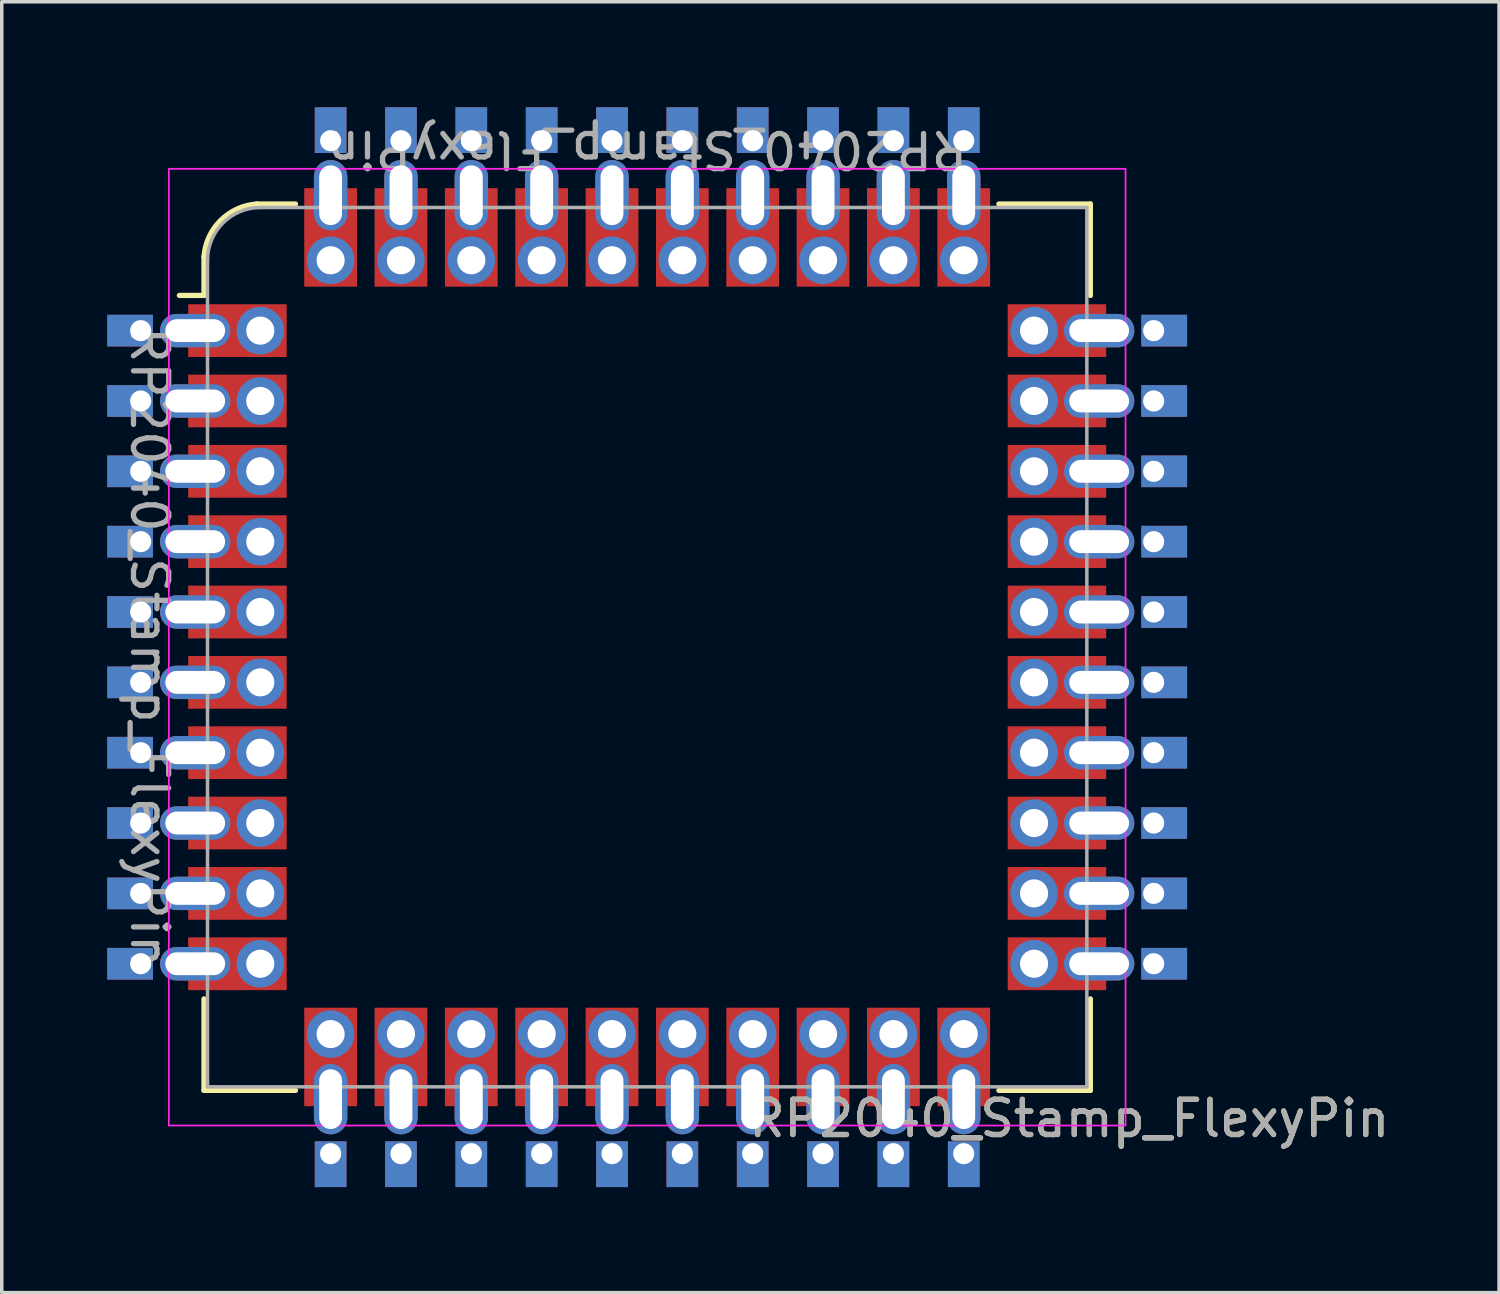
<source format=kicad_pcb>
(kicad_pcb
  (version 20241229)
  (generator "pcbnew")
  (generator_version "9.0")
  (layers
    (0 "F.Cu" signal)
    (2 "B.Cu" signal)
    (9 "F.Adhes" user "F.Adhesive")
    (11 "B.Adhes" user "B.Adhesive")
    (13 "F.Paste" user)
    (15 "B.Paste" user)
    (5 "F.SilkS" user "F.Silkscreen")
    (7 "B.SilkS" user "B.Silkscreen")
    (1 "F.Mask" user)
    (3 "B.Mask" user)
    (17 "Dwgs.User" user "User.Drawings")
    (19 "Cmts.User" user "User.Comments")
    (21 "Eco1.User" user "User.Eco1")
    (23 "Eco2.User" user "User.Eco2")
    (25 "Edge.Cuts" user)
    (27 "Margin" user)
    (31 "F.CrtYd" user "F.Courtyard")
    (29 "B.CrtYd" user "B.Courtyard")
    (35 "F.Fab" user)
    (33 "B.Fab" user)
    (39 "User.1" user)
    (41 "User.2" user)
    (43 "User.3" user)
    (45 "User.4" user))
  (footprint "RP2040_Stamp_FlexyPin"
    (layer "F.Cu")
    (at 15.35 15.35)
    (property "Reference" "RP2040_Stamp_FlexyPin" (at 12 13.4 0) (unlocked yes) (layer "F.SilkS") (effects (font (size 1 1) (thickness 0.15))))
    (property "Value" "RP2040_Stamp_FlexyPin" (at 0 14.15 0) (unlocked yes) (layer "F.Fab") (hide yes) (effects (font (size 1 1) (thickness 0.15))))
    (attr through_hole)
    (fp_line (start -12.6 -10) (end -13.3 -10) (stroke (width 0.15) (type solid)) (layer "F.SilkS"))
    (fp_line (start -12.6 -10) (end -12.6 -11.1) (stroke (width 0.15) (type solid)) (layer "F.SilkS"))
    (fp_line (start -12.6 12.6) (end -12.6 10) (stroke (width 0.15) (type solid)) (layer "F.SilkS"))
    (fp_line (start -11.1 -12.6) (end -10 -12.6) (stroke (width 0.15) (type solid)) (layer "F.SilkS"))
    (fp_line (start -10 12.6) (end -12.6 12.6) (stroke (width 0.15) (type solid)) (layer "F.SilkS"))
    (fp_line (start 10 -12.6) (end 12.6 -12.6) (stroke (width 0.15) (type solid)) (layer "F.SilkS"))
    (fp_line (start 12.6 -12.6) (end 12.6 -10) (stroke (width 0.15) (type solid)) (layer "F.SilkS"))
    (fp_line (start 12.6 10) (end 12.6 12.6) (stroke (width 0.15) (type solid)) (layer "F.SilkS"))
    (fp_line (start 12.6 12.6) (end 10 12.6) (stroke (width 0.15) (type solid)) (layer "F.SilkS"))
    (fp_arc (start -12.6 -11.1) (mid -12.129432 -12.129432) (end -11.1 -12.6) (stroke (width 0.15) (type solid)) (layer "F.SilkS"))
    (fp_rect (start -13.6 -13.6) (end 13.6 13.6) (stroke (width 0.05) (type solid)) (fill no) (layer "F.CrtYd"))
    (fp_line (start -12.5 12.5) (end -12.5 -11) (stroke (width 0.1) (type solid)) (layer "F.Fab"))
    (fp_line (start -11 -12.5) (end 12.5 -12.5) (stroke (width 0.1) (type solid)) (layer "F.Fab"))
    (fp_line (start 12.5 -12.5) (end 12.5 12.5) (stroke (width 0.1) (type solid)) (layer "F.Fab"))
    (fp_line (start 12.5 12.5) (end -12.5 12.5) (stroke (width 0.1) (type solid)) (layer "F.Fab"))
    (fp_arc (start -12.500003 -11.000003) (mid -12.060661 -12.060662) (end -11 -12.5) (stroke (width 0.1) (type solid)) (layer "F.Fab"))
    (fp_text user "${REFERENCE}" (at 12 13.4 0) (unlocked yes) (layer "F.Fab") (effects (font (size 1 1) (thickness 0.15))))
    (fp_text user "${VALUE}" (at -14.15 0 270) (unlocked yes) (layer "F.Fab") (effects (font (size 1 1) (thickness 0.15))))
    (fp_text user "${VALUE}" (at 0 -14.15 180) (unlocked yes) (layer "F.Fab") (effects (font (size 1 1) (thickness 0.15))))
    (pad "1" thru_hole rect (at -14.4 -9) (size 1.3 0.9) (drill 0.6 (offset -0.3 0)) (layers "*.Cu" "*.Mask"))
    (pad "1" thru_hole oval (at -12.85 -9 180) (size 2 0.95) (drill oval 1.7 0.65) (layers "*.Cu" "*.Mask"))
    (pad "1" smd rect (at -11.65 -9) (size 2.8 1.5) (layers "F.Cu" "F.Mask" "F.Paste"))
    (pad "1" thru_hole circle (at -11 -9) (size 1.35 1.35) (drill 0.8) (layers "*.Cu" "*.Mask"))
    (pad "2" thru_hole rect (at -14.4 -7) (size 1.3 0.9) (drill 0.6 (offset -0.3 0)) (layers "*.Cu" "*.Mask"))
    (pad "2" thru_hole oval (at -12.85 -7 180) (size 2 0.95) (drill oval 1.7 0.65) (layers "*.Cu" "*.Mask"))
    (pad "2" smd rect (at -11.65 -7) (size 2.8 1.5) (layers "F.Cu" "F.Mask" "F.Paste"))
    (pad "2" thru_hole oval (at -11 -7) (size 1.35 1.35) (drill 0.8) (layers "*.Cu" "*.Mask"))
    (pad "3" thru_hole rect (at -14.4 -5) (size 1.3 0.9) (drill 0.6 (offset -0.3 0)) (layers "*.Cu" "*.Mask"))
    (pad "3" thru_hole oval (at -12.85 -5 180) (size 2 0.95) (drill oval 1.7 0.65) (layers "*.Cu" "*.Mask"))
    (pad "3" smd rect (at -11.65 -5) (size 2.8 1.5) (layers "F.Cu" "F.Mask" "F.Paste"))
    (pad "3" thru_hole oval (at -11 -5) (size 1.35 1.35) (drill 0.8) (layers "*.Cu" "*.Mask"))
    (pad "4" thru_hole rect (at -14.4 -3) (size 1.3 0.9) (drill 0.6 (offset -0.3 0)) (layers "*.Cu" "*.Mask"))
    (pad "4" thru_hole oval (at -12.85 -3 180) (size 2 0.95) (drill oval 1.7 0.65) (layers "*.Cu" "*.Mask"))
    (pad "4" smd rect (at -11.65 -3) (size 2.8 1.5) (layers "F.Cu" "F.Mask" "F.Paste"))
    (pad "4" thru_hole oval (at -11 -3) (size 1.35 1.35) (drill 0.8) (layers "*.Cu" "*.Mask"))
    (pad "5" thru_hole rect (at -14.4 -1) (size 1.3 0.9) (drill 0.6 (offset -0.3 0)) (layers "*.Cu" "*.Mask"))
    (pad "5" thru_hole oval (at -12.85 -1 180) (size 2 0.95) (drill oval 1.7 0.65) (layers "*.Cu" "*.Mask"))
    (pad "5" smd rect (at -11.65 -1) (size 2.8 1.5) (layers "F.Cu" "F.Mask" "F.Paste"))
    (pad "5" thru_hole oval (at -11 -1) (size 1.35 1.35) (drill 0.8) (layers "*.Cu" "*.Mask"))
    (pad "6" thru_hole rect (at -14.4 1) (size 1.3 0.9) (drill 0.6 (offset -0.3 0)) (layers "*.Cu" "*.Mask"))
    (pad "6" thru_hole oval (at -12.85 1 180) (size 2 0.95) (drill oval 1.7 0.65) (layers "*.Cu" "*.Mask"))
    (pad "6" smd rect (at -11.65 1) (size 2.8 1.5) (layers "F.Cu" "F.Mask" "F.Paste"))
    (pad "6" thru_hole oval (at -11 1) (size 1.35 1.35) (drill 0.8) (layers "*.Cu" "*.Mask"))
    (pad "7" thru_hole rect (at -14.4 3) (size 1.3 0.9) (drill 0.6 (offset -0.3 0)) (layers "*.Cu" "*.Mask"))
    (pad "7" thru_hole oval (at -12.85 3 180) (size 2 0.95) (drill oval 1.7 0.65) (layers "*.Cu" "*.Mask"))
    (pad "7" smd rect (at -11.65 3) (size 2.8 1.5) (layers "F.Cu" "F.Mask" "F.Paste"))
    (pad "7" thru_hole oval (at -11 3) (size 1.35 1.35) (drill 0.8) (layers "*.Cu" "*.Mask"))
    (pad "8" thru_hole rect (at -14.4 5) (size 1.3 0.9) (drill 0.6 (offset -0.3 0)) (layers "*.Cu" "*.Mask"))
    (pad "8" thru_hole oval (at -12.85 5 180) (size 2 0.95) (drill oval 1.7 0.65) (layers "*.Cu" "*.Mask"))
    (pad "8" smd rect (at -11.65 5) (size 2.8 1.5) (layers "F.Cu" "F.Mask" "F.Paste"))
    (pad "8" thru_hole oval (at -11 5) (size 1.35 1.35) (drill 0.8) (layers "*.Cu" "*.Mask"))
    (pad "9" thru_hole rect (at -14.4 7) (size 1.3 0.9) (drill 0.6 (offset -0.3 0)) (layers "*.Cu" "*.Mask"))
    (pad "9" thru_hole oval (at -12.85 7 180) (size 2 0.95) (drill oval 1.7 0.65) (layers "*.Cu" "*.Mask"))
    (pad "9" smd rect (at -11.65 7) (size 2.8 1.5) (layers "F.Cu" "F.Mask" "F.Paste"))
    (pad "9" thru_hole oval (at -11 7) (size 1.35 1.35) (drill 0.8) (layers "*.Cu" "*.Mask"))
    (pad "10" thru_hole rect (at -14.4 9) (size 1.3 0.9) (drill 0.6 (offset -0.3 0)) (layers "*.Cu" "*.Mask"))
    (pad "10" thru_hole oval (at -12.85 9 180) (size 2 0.95) (drill oval 1.7 0.65) (layers "*.Cu" "*.Mask"))
    (pad "10" smd rect (at -11.65 9) (size 2.8 1.5) (layers "F.Cu" "F.Mask" "F.Paste"))
    (pad "10" thru_hole oval (at -11 9) (size 1.35 1.35) (drill 0.8) (layers "*.Cu" "*.Mask"))
    (pad "11" thru_hole oval (at -9 11) (size 1.35 1.35) (drill 0.8) (layers "*.Cu" "*.Mask"))
    (pad "11" smd rect (at -9 11.65 270) (size 2.8 1.5) (layers "F.Cu" "F.Mask" "F.Paste"))
    (pad "11" thru_hole oval (at -9 12.85 270) (size 2 0.95) (drill oval 1.7 0.65) (layers "*.Cu" "*.Mask"))
    (pad "11" thru_hole rect (at -9 14.4 90) (size 1.3 0.9) (drill 0.6 (offset -0.3 0)) (layers "*.Cu" "*.Mask"))
    (pad "12" thru_hole oval (at -7 11) (size 1.35 1.35) (drill 0.8) (layers "*.Cu" "*.Mask"))
    (pad "12" smd rect (at -7 11.65 270) (size 2.8 1.5) (layers "F.Cu" "F.Mask" "F.Paste"))
    (pad "12" thru_hole oval (at -7 12.85 270) (size 2 0.95) (drill oval 1.7 0.65) (layers "*.Cu" "*.Mask"))
    (pad "12" thru_hole rect (at -7 14.4 90) (size 1.3 0.9) (drill 0.6 (offset -0.3 0)) (layers "*.Cu" "*.Mask"))
    (pad "13" thru_hole oval (at -5 11) (size 1.35 1.35) (drill 0.8) (layers "*.Cu" "*.Mask"))
    (pad "13" smd rect (at -5 11.65 270) (size 2.8 1.5) (layers "F.Cu" "F.Mask" "F.Paste"))
    (pad "13" thru_hole oval (at -5 12.85 270) (size 2 0.95) (drill oval 1.7 0.65) (layers "*.Cu" "*.Mask"))
    (pad "13" thru_hole rect (at -5 14.4 90) (size 1.3 0.9) (drill 0.6 (offset -0.3 0)) (layers "*.Cu" "*.Mask"))
    (pad "14" thru_hole oval (at -3 11) (size 1.35 1.35) (drill 0.8) (layers "*.Cu" "*.Mask"))
    (pad "14" smd rect (at -3 11.65 270) (size 2.8 1.5) (layers "F.Cu" "F.Mask" "F.Paste"))
    (pad "14" thru_hole oval (at -3 12.85 270) (size 2 0.95) (drill oval 1.7 0.65) (layers "*.Cu" "*.Mask"))
    (pad "14" thru_hole rect (at -3 14.4 90) (size 1.3 0.9) (drill 0.6 (offset -0.3 0)) (layers "*.Cu" "*.Mask"))
    (pad "15" thru_hole oval (at -1 11) (size 1.35 1.35) (drill 0.8) (layers "*.Cu" "*.Mask"))
    (pad "15" smd rect (at -1 11.65 270) (size 2.8 1.5) (layers "F.Cu" "F.Mask" "F.Paste"))
    (pad "15" thru_hole oval (at -1 12.85 270) (size 2 0.95) (drill oval 1.7 0.65) (layers "*.Cu" "*.Mask"))
    (pad "15" thru_hole rect (at -1 14.4 90) (size 1.3 0.9) (drill 0.6 (offset -0.3 0)) (layers "*.Cu" "*.Mask"))
    (pad "16" thru_hole oval (at 1 11) (size 1.35 1.35) (drill 0.8) (layers "*.Cu" "*.Mask"))
    (pad "16" smd rect (at 1 11.65 270) (size 2.8 1.5) (layers "F.Cu" "F.Mask" "F.Paste"))
    (pad "16" thru_hole oval (at 1 12.85 270) (size 2 0.95) (drill oval 1.7 0.65) (layers "*.Cu" "*.Mask"))
    (pad "16" thru_hole rect (at 1 14.4 90) (size 1.3 0.9) (drill 0.6 (offset -0.3 0)) (layers "*.Cu" "*.Mask"))
    (pad "17" thru_hole oval (at 3 11) (size 1.35 1.35) (drill 0.8) (layers "*.Cu" "*.Mask"))
    (pad "17" smd rect (at 3 11.65 270) (size 2.8 1.5) (layers "F.Cu" "F.Mask" "F.Paste"))
    (pad "17" thru_hole oval (at 3 12.85 270) (size 2 0.95) (drill oval 1.7 0.65) (layers "*.Cu" "*.Mask"))
    (pad "17" thru_hole rect (at 3 14.4 90) (size 1.3 0.9) (drill 0.6 (offset -0.3 0)) (layers "*.Cu" "*.Mask"))
    (pad "18" thru_hole oval (at 5 11) (size 1.35 1.35) (drill 0.8) (layers "*.Cu" "*.Mask"))
    (pad "18" smd rect (at 5 11.65 270) (size 2.8 1.5) (layers "F.Cu" "F.Mask" "F.Paste"))
    (pad "18" thru_hole oval (at 5 12.85 270) (size 2 0.95) (drill oval 1.7 0.65) (layers "*.Cu" "*.Mask"))
    (pad "18" thru_hole rect (at 5 14.4 90) (size 1.3 0.9) (drill 0.6 (offset -0.3 0)) (layers "*.Cu" "*.Mask"))
    (pad "19" thru_hole oval (at 7 11) (size 1.35 1.35) (drill 0.8) (layers "*.Cu" "*.Mask"))
    (pad "19" smd rect (at 7 11.65 270) (size 2.8 1.5) (layers "F.Cu" "F.Mask" "F.Paste"))
    (pad "19" thru_hole oval (at 7 12.85 270) (size 2 0.95) (drill oval 1.7 0.65) (layers "*.Cu" "*.Mask"))
    (pad "19" thru_hole rect (at 7 14.4 90) (size 1.3 0.9) (drill 0.6 (offset -0.3 0)) (layers "*.Cu" "*.Mask"))
    (pad "20" thru_hole oval (at 9 11) (size 1.35 1.35) (drill 0.8) (layers "*.Cu" "*.Mask"))
    (pad "20" smd rect (at 9 11.65 270) (size 2.8 1.5) (layers "F.Cu" "F.Mask" "F.Paste"))
    (pad "20" thru_hole oval (at 9 12.85 270) (size 2 0.95) (drill oval 1.7 0.65) (layers "*.Cu" "*.Mask"))
    (pad "20" thru_hole rect (at 9 14.4 90) (size 1.3 0.9) (drill 0.6 (offset -0.3 0)) (layers "*.Cu" "*.Mask"))
    (pad "21" thru_hole oval (at 11 9) (size 1.35 1.35) (drill 0.8) (layers "*.Cu" "*.Mask"))
    (pad "21" smd rect (at 11.65 9) (size 2.8 1.5) (layers "F.Cu" "F.Mask" "F.Paste"))
    (pad "21" thru_hole oval (at 12.85 9) (size 2 0.95) (drill oval 1.7 0.65) (layers "*.Cu" "*.Mask"))
    (pad "21" thru_hole rect (at 14.4 9 180) (size 1.3 0.9) (drill 0.6 (offset -0.3 0)) (layers "*.Cu" "*.Mask"))
    (pad "22" thru_hole oval (at 11 7) (size 1.35 1.35) (drill 0.8) (layers "*.Cu" "*.Mask"))
    (pad "22" smd rect (at 11.65 7) (size 2.8 1.5) (layers "F.Cu" "F.Mask" "F.Paste"))
    (pad "22" thru_hole oval (at 12.85 7) (size 2 0.95) (drill oval 1.7 0.65) (layers "*.Cu" "*.Mask"))
    (pad "22" thru_hole rect (at 14.4 7 180) (size 1.3 0.9) (drill 0.6 (offset -0.3 0)) (layers "*.Cu" "*.Mask"))
    (pad "23" thru_hole oval (at 11 5) (size 1.35 1.35) (drill 0.8) (layers "*.Cu" "*.Mask"))
    (pad "23" smd rect (at 11.65 5) (size 2.8 1.5) (layers "F.Cu" "F.Mask" "F.Paste"))
    (pad "23" thru_hole oval (at 12.85 5) (size 2 0.95) (drill oval 1.7 0.65) (layers "*.Cu" "*.Mask"))
    (pad "23" thru_hole rect (at 14.4 5 180) (size 1.3 0.9) (drill 0.6 (offset -0.3 0)) (layers "*.Cu" "*.Mask"))
    (pad "24" thru_hole oval (at 11 3) (size 1.35 1.35) (drill 0.8) (layers "*.Cu" "*.Mask"))
    (pad "24" smd rect (at 11.65 3) (size 2.8 1.5) (layers "F.Cu" "F.Mask" "F.Paste"))
    (pad "24" thru_hole oval (at 12.85 3) (size 2 0.95) (drill oval 1.7 0.65) (layers "*.Cu" "*.Mask"))
    (pad "24" thru_hole rect (at 14.4 3 180) (size 1.3 0.9) (drill 0.6 (offset -0.3 0)) (layers "*.Cu" "*.Mask"))
    (pad "25" thru_hole oval (at 11 1) (size 1.35 1.35) (drill 0.8) (layers "*.Cu" "*.Mask"))
    (pad "25" smd rect (at 11.65 1) (size 2.8 1.5) (layers "F.Cu" "F.Mask" "F.Paste"))
    (pad "25" thru_hole oval (at 12.85 1) (size 2 0.95) (drill oval 1.7 0.65) (layers "*.Cu" "*.Mask"))
    (pad "25" thru_hole rect (at 14.4 1 180) (size 1.3 0.9) (drill 0.6 (offset -0.3 0)) (layers "*.Cu" "*.Mask"))
    (pad "26" thru_hole oval (at 11 -1) (size 1.35 1.35) (drill 0.8) (layers "*.Cu" "*.Mask"))
    (pad "26" smd rect (at 11.65 -1) (size 2.8 1.5) (layers "F.Cu" "F.Mask" "F.Paste"))
    (pad "26" thru_hole oval (at 12.85 -1) (size 2 0.95) (drill oval 1.7 0.65) (layers "*.Cu" "*.Mask"))
    (pad "26" thru_hole rect (at 14.4 -1 180) (size 1.3 0.9) (drill 0.6 (offset -0.3 0)) (layers "*.Cu" "*.Mask"))
    (pad "27" thru_hole oval (at 11 -3) (size 1.35 1.35) (drill 0.8) (layers "*.Cu" "*.Mask"))
    (pad "27" smd rect (at 11.65 -3) (size 2.8 1.5) (layers "F.Cu" "F.Mask" "F.Paste"))
    (pad "27" thru_hole oval (at 12.85 -3) (size 2 0.95) (drill oval 1.7 0.65) (layers "*.Cu" "*.Mask"))
    (pad "27" thru_hole rect (at 14.4 -3 180) (size 1.3 0.9) (drill 0.6 (offset -0.3 0)) (layers "*.Cu" "*.Mask"))
    (pad "28" thru_hole oval (at 11 -5) (size 1.35 1.35) (drill 0.8) (layers "*.Cu" "*.Mask"))
    (pad "28" smd rect (at 11.65 -5) (size 2.8 1.5) (layers "F.Cu" "F.Mask" "F.Paste"))
    (pad "28" thru_hole oval (at 12.85 -5) (size 2 0.95) (drill oval 1.7 0.65) (layers "*.Cu" "*.Mask"))
    (pad "28" thru_hole rect (at 14.4 -5 180) (size 1.3 0.9) (drill 0.6 (offset -0.3 0)) (layers "*.Cu" "*.Mask"))
    (pad "29" thru_hole oval (at 11 -7) (size 1.35 1.35) (drill 0.8) (layers "*.Cu" "*.Mask"))
    (pad "29" smd rect (at 11.65 -7) (size 2.8 1.5) (layers "F.Cu" "F.Mask" "F.Paste"))
    (pad "29" thru_hole oval (at 12.85 -7) (size 2 0.95) (drill oval 1.7 0.65) (layers "*.Cu" "*.Mask"))
    (pad "29" thru_hole rect (at 14.4 -7 180) (size 1.3 0.9) (drill 0.6 (offset -0.3 0)) (layers "*.Cu" "*.Mask"))
    (pad "30" thru_hole oval (at 11 -9) (size 1.35 1.35) (drill 0.8) (layers "*.Cu" "*.Mask"))
    (pad "30" smd rect (at 11.65 -9) (size 2.8 1.5) (layers "F.Cu" "F.Mask" "F.Paste"))
    (pad "30" thru_hole oval (at 12.85 -9) (size 2 0.95) (drill oval 1.7 0.65) (layers "*.Cu" "*.Mask"))
    (pad "30" thru_hole rect (at 14.4 -9 180) (size 1.3 0.9) (drill 0.6 (offset -0.3 0)) (layers "*.Cu" "*.Mask"))
    (pad "31" thru_hole rect (at 9 -14.4 270) (size 1.3 0.9) (drill 0.6 (offset -0.3 0)) (layers "*.Cu" "*.Mask"))
    (pad "31" thru_hole oval (at 9 -12.85 90) (size 2 0.95) (drill oval 1.7 0.65) (layers "*.Cu" "*.Mask"))
    (pad "31" smd rect (at 9 -11.65 270) (size 2.8 1.5) (layers "F.Cu" "F.Mask" "F.Paste"))
    (pad "31" thru_hole oval (at 9 -11) (size 1.35 1.35) (drill 0.8) (layers "*.Cu" "*.Mask"))
    (pad "32" thru_hole rect (at 7 -14.4 270) (size 1.3 0.9) (drill 0.6 (offset -0.3 0)) (layers "*.Cu" "*.Mask"))
    (pad "32" thru_hole oval (at 7 -12.85 90) (size 2 0.95) (drill oval 1.7 0.65) (layers "*.Cu" "*.Mask"))
    (pad "32" smd rect (at 7 -11.65 270) (size 2.8 1.5) (layers "F.Cu" "F.Mask" "F.Paste"))
    (pad "32" thru_hole oval (at 7 -11) (size 1.35 1.35) (drill 0.8) (layers "*.Cu" "*.Mask"))
    (pad "33" thru_hole rect (at 5 -14.4 270) (size 1.3 0.9) (drill 0.6 (offset -0.3 0)) (layers "*.Cu" "*.Mask"))
    (pad "33" thru_hole oval (at 5 -12.85 90) (size 2 0.95) (drill oval 1.7 0.65) (layers "*.Cu" "*.Mask"))
    (pad "33" smd rect (at 5 -11.65 270) (size 2.8 1.5) (layers "F.Cu" "F.Mask" "F.Paste"))
    (pad "33" thru_hole oval (at 5 -11) (size 1.35 1.35) (drill 0.8) (layers "*.Cu" "*.Mask"))
    (pad "34" thru_hole rect (at 3 -14.4 270) (size 1.3 0.9) (drill 0.6 (offset -0.3 0)) (layers "*.Cu" "*.Mask"))
    (pad "34" thru_hole oval (at 3 -12.85 90) (size 2 0.95) (drill oval 1.7 0.65) (layers "*.Cu" "*.Mask"))
    (pad "34" smd rect (at 3 -11.65 270) (size 2.8 1.5) (layers "F.Cu" "F.Mask" "F.Paste"))
    (pad "34" thru_hole oval (at 3 -11) (size 1.35 1.35) (drill 0.8) (layers "*.Cu" "*.Mask"))
    (pad "35" thru_hole rect (at 1 -14.4 270) (size 1.3 0.9) (drill 0.6 (offset -0.3 0)) (layers "*.Cu" "*.Mask"))
    (pad "35" thru_hole oval (at 1 -12.85 90) (size 2 0.95) (drill oval 1.7 0.65) (layers "*.Cu" "*.Mask"))
    (pad "35" smd rect (at 1 -11.65 270) (size 2.8 1.5) (layers "F.Cu" "F.Mask" "F.Paste"))
    (pad "35" thru_hole oval (at 1 -11) (size 1.35 1.35) (drill 0.8) (layers "*.Cu" "*.Mask"))
    (pad "36" thru_hole rect (at -1 -14.4 270) (size 1.3 0.9) (drill 0.6 (offset -0.3 0)) (layers "*.Cu" "*.Mask"))
    (pad "36" thru_hole oval (at -1 -12.85 90) (size 2 0.95) (drill oval 1.7 0.65) (layers "*.Cu" "*.Mask"))
    (pad "36" smd rect (at -1 -11.65 270) (size 2.8 1.5) (layers "F.Cu" "F.Mask" "F.Paste"))
    (pad "36" thru_hole oval (at -1 -11) (size 1.35 1.35) (drill 0.8) (layers "*.Cu" "*.Mask"))
    (pad "37" thru_hole rect (at -3 -14.4 270) (size 1.3 0.9) (drill 0.6 (offset -0.3 0)) (layers "*.Cu" "*.Mask"))
    (pad "37" thru_hole oval (at -3 -12.85 90) (size 2 0.95) (drill oval 1.7 0.65) (layers "*.Cu" "*.Mask"))
    (pad "37" smd rect (at -3 -11.65 270) (size 2.8 1.5) (layers "F.Cu" "F.Mask" "F.Paste"))
    (pad "37" thru_hole oval (at -3 -11) (size 1.35 1.35) (drill 0.8) (layers "*.Cu" "*.Mask"))
    (pad "38" thru_hole rect (at -5 -14.4 270) (size 1.3 0.9) (drill 0.6 (offset -0.3 0)) (layers "*.Cu" "*.Mask"))
    (pad "38" thru_hole oval (at -5 -12.85 90) (size 2 0.95) (drill oval 1.7 0.65) (layers "*.Cu" "*.Mask"))
    (pad "38" smd rect (at -5 -11.65 270) (size 2.8 1.5) (layers "F.Cu" "F.Mask" "F.Paste"))
    (pad "38" thru_hole oval (at -5 -11) (size 1.35 1.35) (drill 0.8) (layers "*.Cu" "*.Mask"))
    (pad "39" thru_hole rect (at -7 -14.4 270) (size 1.3 0.9) (drill 0.6 (offset -0.3 0)) (layers "*.Cu" "*.Mask"))
    (pad "39" thru_hole oval (at -7 -12.85 90) (size 2 0.95) (drill oval 1.7 0.65) (layers "*.Cu" "*.Mask"))
    (pad "39" smd rect (at -7 -11.65 270) (size 2.8 1.5) (layers "F.Cu" "F.Mask" "F.Paste"))
    (pad "39" thru_hole oval (at -7 -11) (size 1.35 1.35) (drill 0.8) (layers "*.Cu" "*.Mask"))
    (pad "40" thru_hole rect (at -9 -14.4 270) (size 1.3 0.9) (drill 0.6 (offset -0.3 0)) (layers "*.Cu" "*.Mask"))
    (pad "40" thru_hole oval (at -9 -12.85 90) (size 2 0.95) (drill oval 1.7 0.65) (layers "*.Cu" "*.Mask"))
    (pad "40" smd rect (at -9 -11.65 270) (size 2.8 1.5) (layers "F.Cu" "F.Mask" "F.Paste"))
    (pad "40" thru_hole oval (at -9 -11) (size 1.35 1.35) (drill 0.8) (layers "*.Cu" "*.Mask")))
  (gr_rect
    (start -3 -3)
    (end 39.57 33.7)
    (stroke (width 0.1) (type default))
    (fill no)
    (layer "Edge.Cuts")))
</source>
